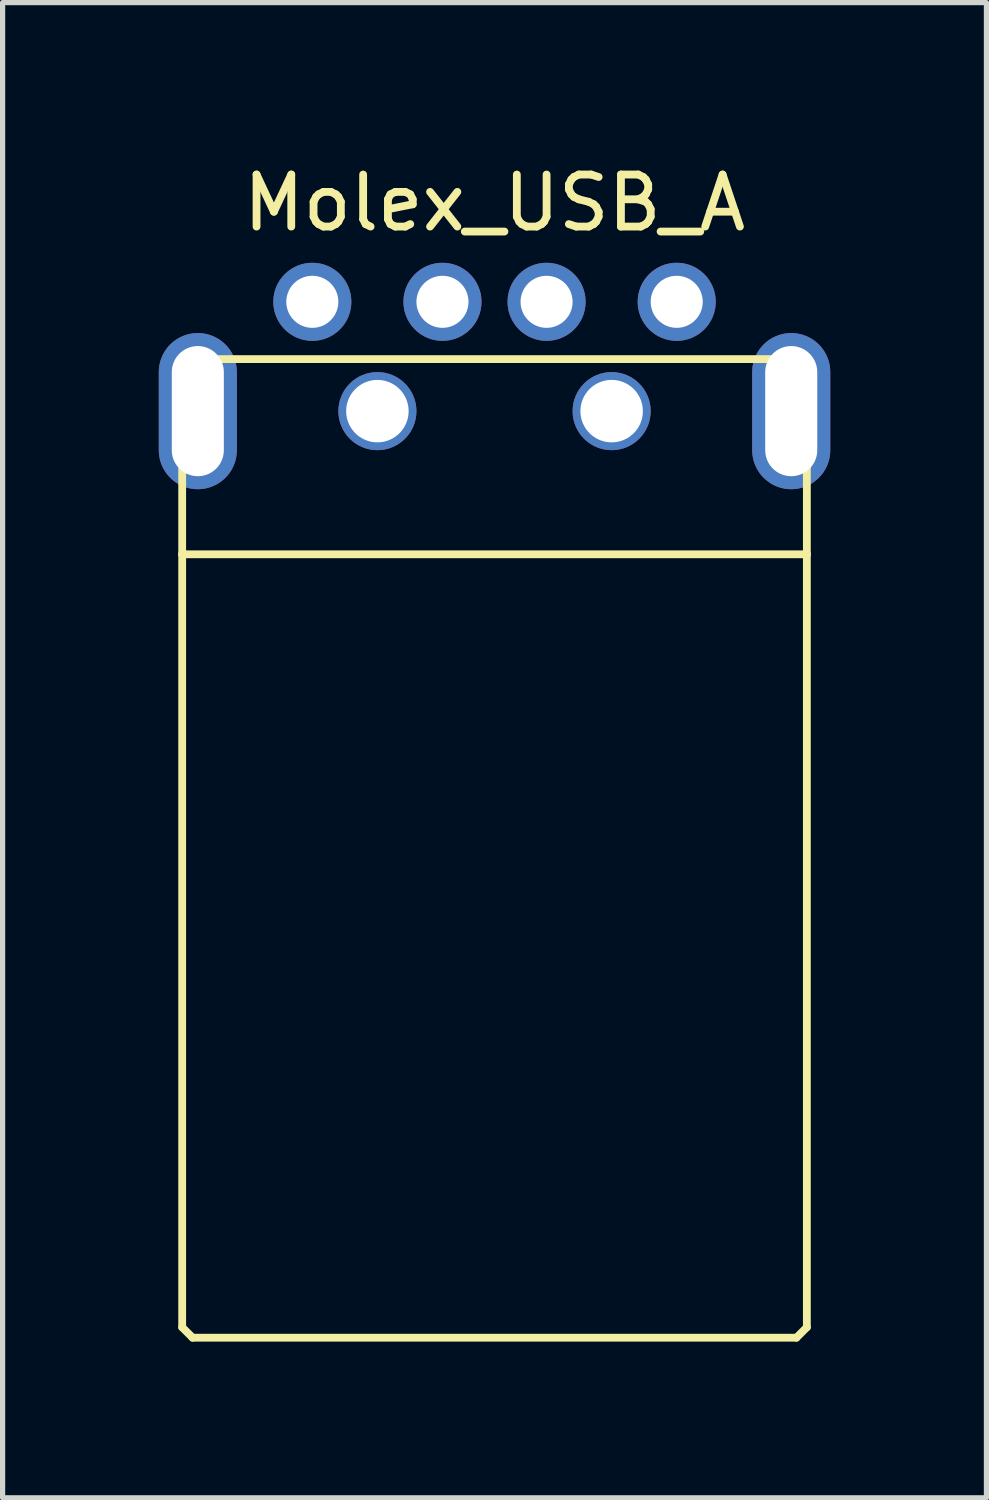
<source format=kicad_pcb>
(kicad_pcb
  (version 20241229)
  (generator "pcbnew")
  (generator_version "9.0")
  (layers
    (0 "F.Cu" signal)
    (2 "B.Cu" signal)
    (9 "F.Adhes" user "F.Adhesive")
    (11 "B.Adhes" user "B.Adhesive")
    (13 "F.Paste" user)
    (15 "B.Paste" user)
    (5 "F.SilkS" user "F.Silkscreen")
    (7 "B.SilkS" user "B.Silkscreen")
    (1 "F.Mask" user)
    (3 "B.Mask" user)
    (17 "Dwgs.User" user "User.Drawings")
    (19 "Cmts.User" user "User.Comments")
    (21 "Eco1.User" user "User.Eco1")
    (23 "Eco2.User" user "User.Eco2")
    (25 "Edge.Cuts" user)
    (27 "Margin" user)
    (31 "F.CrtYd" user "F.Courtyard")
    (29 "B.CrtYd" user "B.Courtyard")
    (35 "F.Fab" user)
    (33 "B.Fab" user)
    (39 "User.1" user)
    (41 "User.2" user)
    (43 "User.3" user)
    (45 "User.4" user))
  (footprint "Molex_USB_A"
    (layer "F.Cu")
    (at 6.45 4.848)
    (property "Reference" "Molex_USB_A" (at 0 -4 0) (layer "F.SilkS") (effects (font (size 1 1) (thickness 0.15))))
    (attr through_hole)
    (fp_line (start -6 -1) (end -6 2.75) (stroke (width 0.15) (type solid)) (layer "F.SilkS"))
    (fp_line (start -6 -1) (end 6 -1) (stroke (width 0.15) (type solid)) (layer "F.SilkS"))
    (fp_line (start -6 17.6) (end -6 2.75) (stroke (width 0.15) (type solid)) (layer "F.SilkS"))
    (fp_line (start -6 17.6) (end -5.8 17.8) (stroke (width 0.15) (type solid)) (layer "F.SilkS"))
    (fp_line (start 5.8 17.8) (end -5.8 17.8) (stroke (width 0.15) (type solid)) (layer "F.SilkS"))
    (fp_line (start 5.8 17.8) (end 6 17.6) (stroke (width 0.15) (type solid)) (layer "F.SilkS"))
    (fp_line (start 6 -1) (end 6 2.75) (stroke (width 0.15) (type solid)) (layer "F.SilkS"))
    (fp_line (start 6 2.75) (end -6 2.75) (stroke (width 0.15) (type solid)) (layer "F.SilkS"))
    (fp_line (start 6 2.75) (end 6 17.6) (stroke (width 0.15) (type solid)) (layer "F.SilkS"))
    (pad "" np_thru_hole circle (at -2.25 0) (size 1.5 1.5) (drill 1.2) (layers "*.Cu" "*.Mask"))
    (pad "" np_thru_hole circle (at 2.25 0) (size 1.5 1.5) (drill 1.2) (layers "*.Cu" "*.Mask"))
    (pad "1" thru_hole circle (at 3.5 -2.1) (size 1.5 1.5) (drill 1) (layers "*.Cu" "*.Mask"))
    (pad "2" thru_hole circle (at 1 -2.1) (size 1.5 1.5) (drill 1) (layers "*.Cu" "*.Mask"))
    (pad "3" thru_hole circle (at -1 -2.1) (size 1.5 1.5) (drill 1) (layers "*.Cu" "*.Mask"))
    (pad "4" thru_hole circle (at -3.5 -2.1) (size 1.5 1.5) (drill 1) (layers "*.Cu" "*.Mask"))
    (pad "5" thru_hole oval (at -5.7 0) (size 1.5 3) (drill oval 1 2.5) (layers "*.Cu" "*.Mask"))
    (pad "5" thru_hole oval (at 5.7 0) (size 1.5 3) (drill oval 1 2.5) (layers "*.Cu" "*.Mask")))
  (gr_rect
    (start -3 -3)
    (end 15.9 25.723)
    (stroke (width 0.1) (type default))
    (fill no)
    (layer "Edge.Cuts")))
</source>
